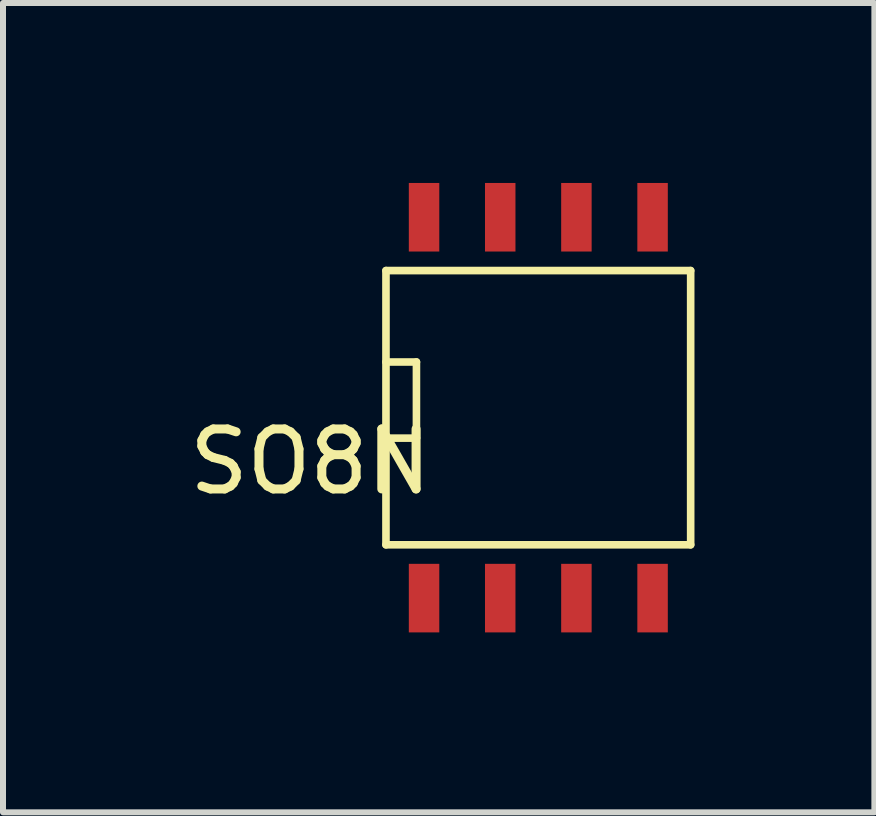
<source format=kicad_pcb>
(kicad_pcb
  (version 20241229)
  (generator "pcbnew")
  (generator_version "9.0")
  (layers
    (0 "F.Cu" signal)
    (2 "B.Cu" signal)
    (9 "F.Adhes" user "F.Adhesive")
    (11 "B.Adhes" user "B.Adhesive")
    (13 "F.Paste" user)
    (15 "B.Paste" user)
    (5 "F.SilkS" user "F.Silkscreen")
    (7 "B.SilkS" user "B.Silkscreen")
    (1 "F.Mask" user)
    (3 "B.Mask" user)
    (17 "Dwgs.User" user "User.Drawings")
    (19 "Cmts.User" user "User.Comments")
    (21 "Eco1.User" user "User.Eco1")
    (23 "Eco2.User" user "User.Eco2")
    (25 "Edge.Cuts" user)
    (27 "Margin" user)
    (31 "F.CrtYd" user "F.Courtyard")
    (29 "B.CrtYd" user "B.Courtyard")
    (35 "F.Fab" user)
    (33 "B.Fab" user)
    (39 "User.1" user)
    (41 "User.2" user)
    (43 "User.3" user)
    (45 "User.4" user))
  (footprint "SO8N"
    (layer "F.Cu")
    (at 5.925 3.747)
    (property "Reference" "SO8N" (at -3.8 0.9 0) (layer "F.SilkS") (effects (font (size 1 1) (thickness 0.15))))
    (attr smd)
    (fp_line (start -2.54 -2.286) (end 2.54 -2.286) (stroke (width 0.127) (type solid)) (layer "F.SilkS"))
    (fp_line (start -2.54 -0.762) (end -2.032 -0.762) (stroke (width 0.127) (type solid)) (layer "F.SilkS"))
    (fp_line (start -2.54 2.286) (end -2.54 -2.286) (stroke (width 0.127) (type solid)) (layer "F.SilkS"))
    (fp_line (start -2.032 -0.762) (end -2.032 0.508) (stroke (width 0.127) (type solid)) (layer "F.SilkS"))
    (fp_line (start -2.032 0.508) (end -2.54 0.508) (stroke (width 0.127) (type solid)) (layer "F.SilkS"))
    (fp_line (start 2.54 -2.286) (end 2.54 2.286) (stroke (width 0.127) (type solid)) (layer "F.SilkS"))
    (fp_line (start 2.54 2.286) (end -2.54 2.286) (stroke (width 0.127) (type solid)) (layer "F.SilkS"))
    (pad "1" smd rect (at -1.905 3.175) (size 0.508 1.143) (layers "F.Cu" "F.Mask" "F.Paste"))
    (pad "2" smd rect (at -0.635 3.175) (size 0.508 1.143) (layers "F.Cu" "F.Mask" "F.Paste"))
    (pad "3" smd rect (at 0.635 3.175) (size 0.508 1.143) (layers "F.Cu" "F.Mask" "F.Paste"))
    (pad "4" smd rect (at 1.905 3.175) (size 0.508 1.143) (layers "F.Cu" "F.Mask" "F.Paste"))
    (pad "5" smd rect (at 1.905 -3.175) (size 0.508 1.143) (layers "F.Cu" "F.Mask" "F.Paste"))
    (pad "6" smd rect (at 0.635 -3.175) (size 0.508 1.143) (layers "F.Cu" "F.Mask" "F.Paste"))
    (pad "7" smd rect (at -0.635 -3.175) (size 0.508 1.143) (layers "F.Cu" "F.Mask" "F.Paste"))
    (pad "8" smd rect (at -1.905 -3.175) (size 0.508 1.143) (layers "F.Cu" "F.Mask" "F.Paste")))
  (gr_rect
    (start -3 -3)
    (end 11.528 10.493)
    (stroke (width 0.1) (type default))
    (fill no)
    (layer "Edge.Cuts")))
</source>
